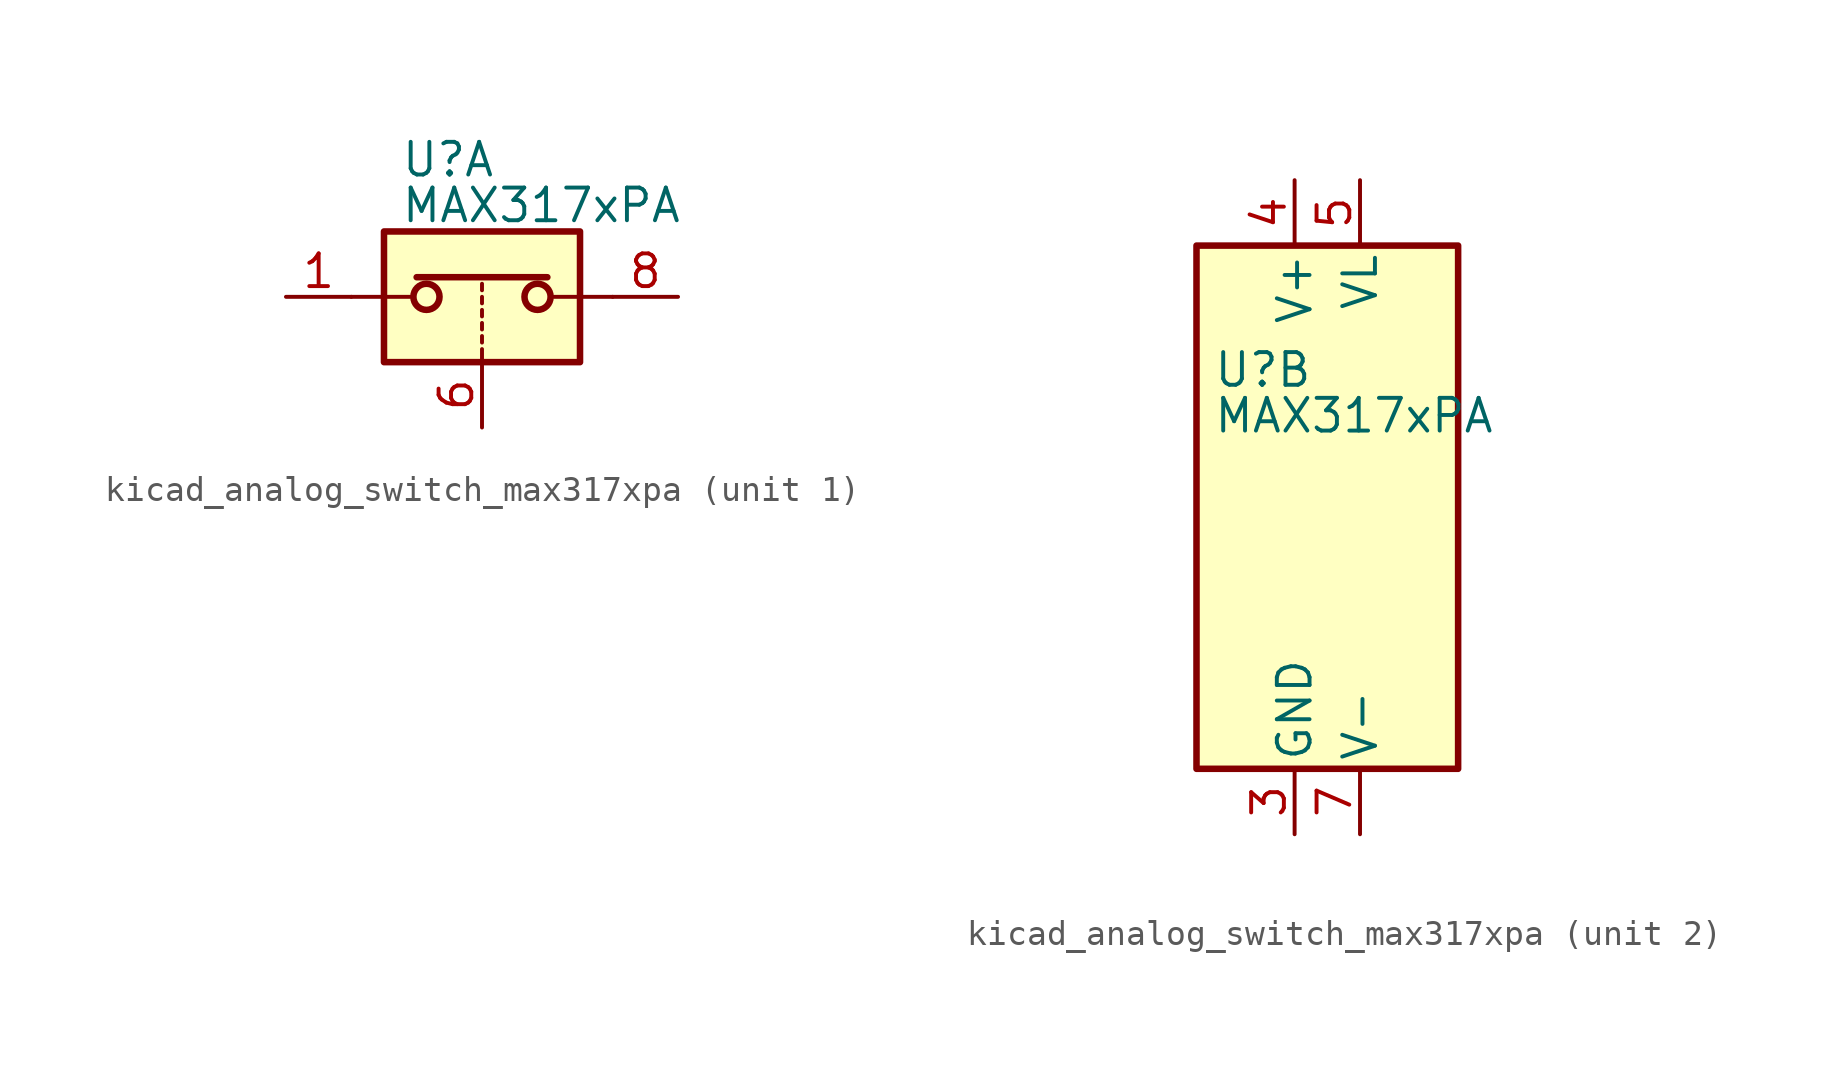
<source format=kicad_sym>
(kicad_symbol_lib
  (version 20220914)
  (generator kicad_symbol_editor)
  (symbol "kicad_analog_switch_max317xpa"
    (pin_names
      (offset 0.254))
    (property "Reference" "U"
      (at -3.175 5.334 0)
      (effects (font (size 1.27 1.27)) (justify left)))
    (property "Value" "MAX317xPA"
      (at -3.175 3.556 0)
      (effects (font (size 1.27 1.27)) (justify left)))
    (symbol "kicad_analog_switch_max317xpa_1_1"
      (rectangle (start -3.81 2.54) (end 3.81 -2.54) (stroke (width 0.254) (type default)) (fill (type background)))
      (circle (center -2.159 0) (radius 0.508) (stroke (width 0.254) (type default)) (fill (type none)))
      (polyline (pts (xy -5.08 0) (xy -2.794 0)) (stroke (width 0) (type default)) (fill (type none)))
      (polyline (pts (xy -2.54 0.762) (xy 2.54 0.762)) (stroke (width 0.254) (type default)) (fill (type none)))
      (polyline (pts (xy 0 -2.54) (xy 0 -2.032)) (stroke (width 0) (type default)) (fill (type none)))
      (polyline (pts (xy 0 -1.778) (xy 0 -1.524)) (stroke (width 0) (type default)) (fill (type none)))
      (polyline (pts (xy 0 -1.27) (xy 0 -1.016)) (stroke (width 0) (type default)) (fill (type none)))
      (polyline (pts (xy 0 -0.762) (xy 0 -0.508)) (stroke (width 0) (type default)) (fill (type none)))
      (polyline (pts (xy 0 -0.254) (xy 0 0)) (stroke (width 0) (type default)) (fill (type none)))
      (polyline (pts (xy 0 0.254) (xy 0 0.508)) (stroke (width 0) (type default)) (fill (type none)))
      (polyline (pts (xy 5.08 0) (xy 2.794 0)) (stroke (width 0) (type default)) (fill (type none)))
      (circle (center 2.159 0) (radius 0.508) (stroke (width 0.254) (type default)) (fill (type none)))
      (pin passive line (at -7.62 0 0) (length 2.54) (name "~" (effects (font (size 1.27 1.27)))) (number "1" (effects (font (size 1.27 1.27)))))
      (pin input line (at 0 -5.08 90) (length 2.54) (name "~" (effects (font (size 1.27 1.27)))) (number "6" (effects (font (size 1.27 1.27)))))
      (pin passive line (at 7.62 0 180) (length 2.54) (name "~" (effects (font (size 1.27 1.27)))) (number "8" (effects (font (size 1.27 1.27))))))
    (symbol "kicad_analog_switch_max317xpa_2_0"
      (pin no_connect line (at -2.54 10.16 270) (length 2.54) hide (name "NC" (effects (font (size 1.27 1.27)))) (number "2" (effects (font (size 1.27 1.27)))))
      (pin power_in line (at 0 -12.7 90) (length 2.54) (name "GND" (effects (font (size 1.27 1.27)))) (number "3" (effects (font (size 1.27 1.27)))))
      (pin power_in line (at 0 12.7 270) (length 2.54) (name "V+" (effects (font (size 1.27 1.27)))) (number "4" (effects (font (size 1.27 1.27)))))
      (pin power_in line (at 2.54 12.7 270) (length 2.54) (name "VL" (effects (font (size 1.27 1.27)))) (number "5" (effects (font (size 1.27 1.27)))))
      (pin power_in line (at 2.54 -12.7 90) (length 2.54) (name "V-" (effects (font (size 1.27 1.27)))) (number "7" (effects (font (size 1.27 1.27))))))
    (symbol "kicad_analog_switch_max317xpa_2_1"
      (rectangle (start -3.81 10.16) (end 6.35 -10.16) (stroke (width 0.254) (type default)) (fill (type background))))))
</source>
